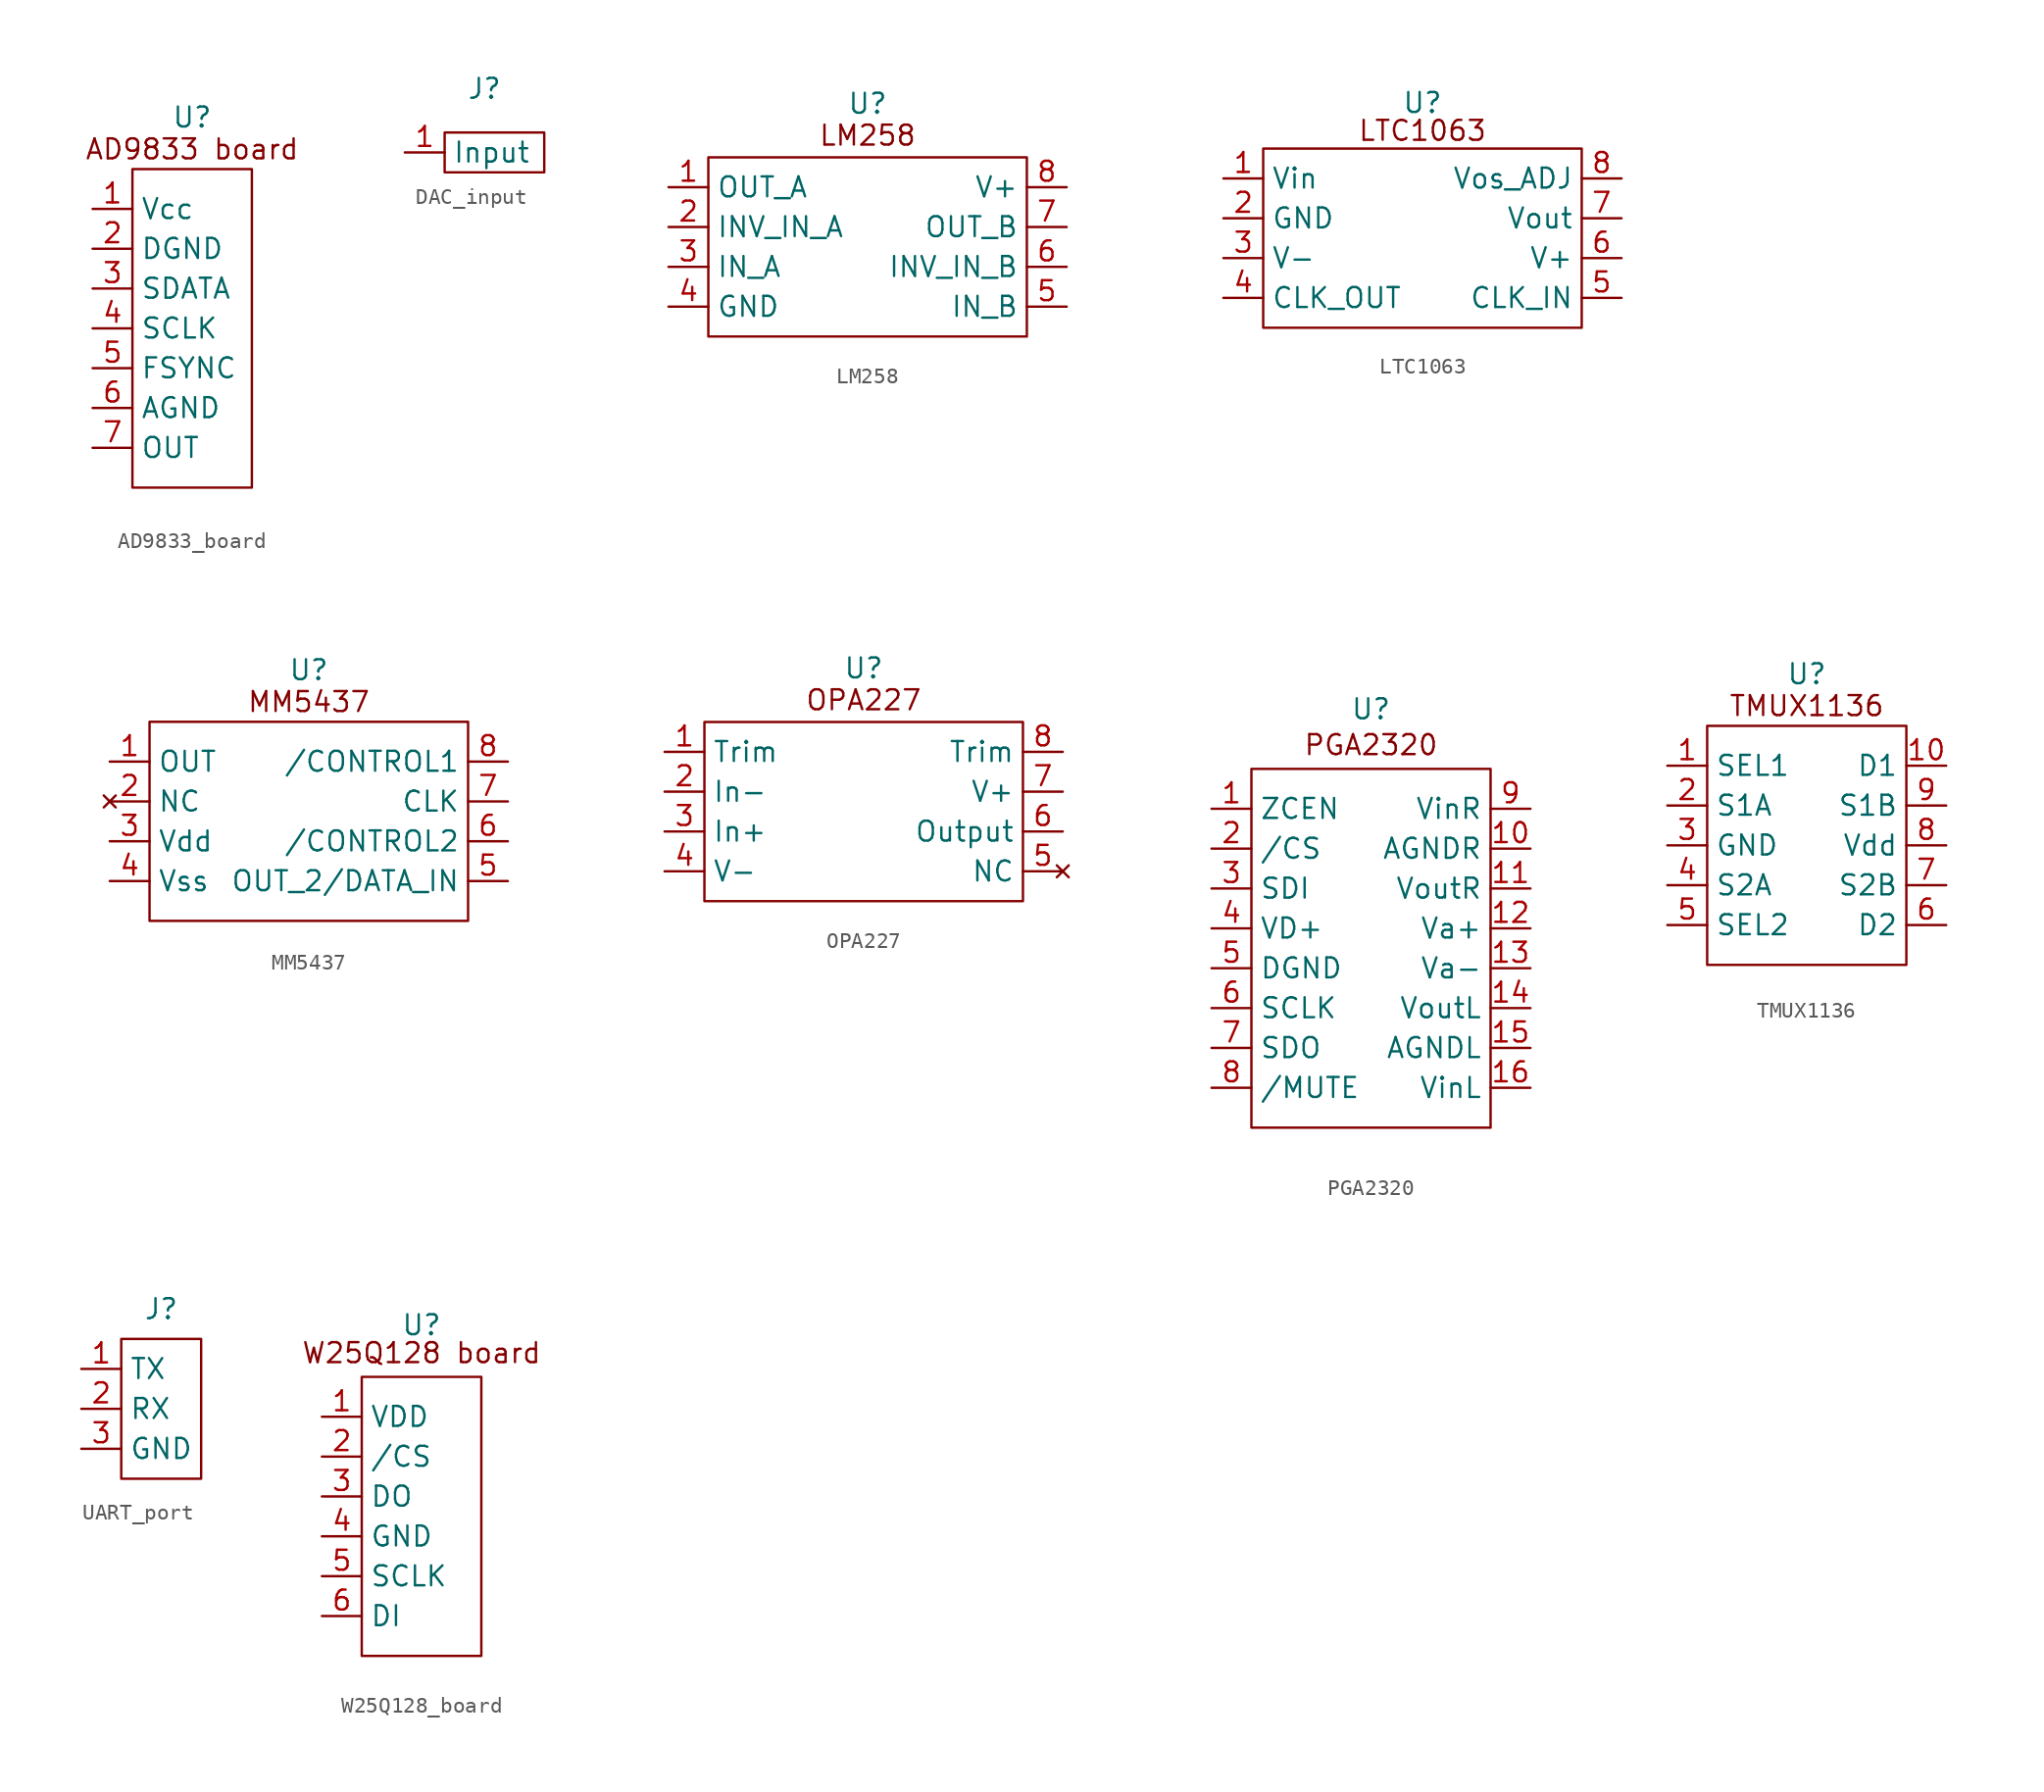
<source format=kicad_sym>
(kicad_symbol_lib
  (version 20231120)
  (generator "kicad_symbol_editor")
  (generator_version "8.0")
  (symbol "AD9833_board"
    (property "Reference" "U"
      (at 0 13.462 0)
      (effects (font (size 1.27 1.27))))
    (property "Value" ""
      (at -3.81 7.62 0)
      (effects (font (size 1.27 1.27))))
    (symbol "AD9833_board_0_1"
      (rectangle (start -3.81 10.16) (end 3.81 -10.16) (stroke (width 0) (type default)) (fill (type none))))
    (symbol "AD9833_board_1_1"
      (text "AD9833 board" (at 0 11.43 0) (effects (font (size 1.27 1.27))))
      (pin power_in line (at -6.35 7.62 0) (length 2.54) (name "Vcc" (effects (font (size 1.27 1.27)))) (number "1" (effects (font (size 1.27 1.27)))))
      (pin power_in line (at -6.35 5.08 0) (length 2.54) (name "DGND" (effects (font (size 1.27 1.27)))) (number "2" (effects (font (size 1.27 1.27)))))
      (pin input line (at -6.35 2.54 0) (length 2.54) (name "SDATA" (effects (font (size 1.27 1.27)))) (number "3" (effects (font (size 1.27 1.27)))))
      (pin input line (at -6.35 0 0) (length 2.54) (name "SCLK" (effects (font (size 1.27 1.27)))) (number "4" (effects (font (size 1.27 1.27)))))
      (pin input line (at -6.35 -2.54 0) (length 2.54) (name "FSYNC" (effects (font (size 1.27 1.27)))) (number "5" (effects (font (size 1.27 1.27)))))
      (pin power_in line (at -6.35 -5.08 0) (length 2.54) (name "AGND" (effects (font (size 1.27 1.27)))) (number "6" (effects (font (size 1.27 1.27)))))
      (pin output line (at -6.35 -7.62 0) (length 2.54) (name "OUT" (effects (font (size 1.27 1.27)))) (number "7" (effects (font (size 1.27 1.27)))))))
  (symbol "DAC_input"
    (property "Reference" "J"
      (at 0 4.064 0)
      (effects (font (size 1.27 1.27))))
    (property "Value" ""
      (at 0 0 0)
      (effects (font (size 1.27 1.27))))
    (symbol "DAC_input_0_1"
      (rectangle (start -2.54 1.27) (end 3.81 -1.27) (stroke (width 0) (type default)) (fill (type none))))
    (symbol "DAC_input_1_1"
      (pin input line (at -5.08 0 0) (length 2.54) (name "Input" (effects (font (size 1.27 1.27)))) (number "1" (effects (font (size 1.27 1.27)))))))
  (symbol "LM258"
    (property "Reference" "U"
      (at 0 7.874 0)
      (effects (font (size 1.27 1.27))))
    (property "Value" ""
      (at -10.16 0 0)
      (effects (font (size 1.27 1.27))))
    (symbol "LM258_0_1"
      (rectangle (start -10.16 4.445) (end 10.16 -6.985) (stroke (width 0) (type default)) (fill (type none))))
    (symbol "LM258_1_1"
      (text "LM258" (at 0 5.842 0) (effects (font (size 1.27 1.27))))
      (pin output line (at -12.7 2.54 0) (length 2.54) (name "OUT_A" (effects (font (size 1.27 1.27)))) (number "1" (effects (font (size 1.27 1.27)))))
      (pin input line (at -12.7 0 0) (length 2.54) (name "INV_IN_A" (effects (font (size 1.27 1.27)))) (number "2" (effects (font (size 1.27 1.27)))))
      (pin input line (at -12.7 -2.54 0) (length 2.54) (name "IN_A" (effects (font (size 1.27 1.27)))) (number "3" (effects (font (size 1.27 1.27)))))
      (pin power_in line (at -12.7 -5.08 0) (length 2.54) (name "GND" (effects (font (size 1.27 1.27)))) (number "4" (effects (font (size 1.27 1.27)))))
      (pin output line (at 12.7 -5.08 180) (length 2.54) (name "IN_B" (effects (font (size 1.27 1.27)))) (number "5" (effects (font (size 1.27 1.27)))))
      (pin output line (at 12.7 -2.54 180) (length 2.54) (name "INV_IN_B" (effects (font (size 1.27 1.27)))) (number "6" (effects (font (size 1.27 1.27)))))
      (pin output line (at 12.7 0 180) (length 2.54) (name "OUT_B" (effects (font (size 1.27 1.27)))) (number "7" (effects (font (size 1.27 1.27)))))
      (pin power_in line (at 12.7 2.54 180) (length 2.54) (name "V+" (effects (font (size 1.27 1.27)))) (number "8" (effects (font (size 1.27 1.27)))))))
  (symbol "LTC1063"
    (property "Reference" "U"
      (at 0 8.636 0)
      (effects (font (size 1.27 1.27))))
    (property "Value" ""
      (at -6.35 3.81 0)
      (effects (font (size 1.27 1.27))))
    (symbol "LTC1063_0_1"
      (rectangle (start -10.16 5.715) (end 10.16 -5.715) (stroke (width 0) (type default)) (fill (type none))))
    (symbol "LTC1063_1_1"
      (text "LTC1063" (at 0 6.858 0) (effects (font (size 1.27 1.27))))
      (pin input line (at -12.7 3.81 0) (length 2.54) (name "Vin" (effects (font (size 1.27 1.27)))) (number "1" (effects (font (size 1.27 1.27)))))
      (pin power_in line (at -12.7 1.27 0) (length 2.54) (name "GND" (effects (font (size 1.27 1.27)))) (number "2" (effects (font (size 1.27 1.27)))))
      (pin power_in line (at -12.7 -1.27 0) (length 2.54) (name "V-" (effects (font (size 1.27 1.27)))) (number "3" (effects (font (size 1.27 1.27)))))
      (pin output line (at -12.7 -3.81 0) (length 2.54) (name "CLK_OUT" (effects (font (size 1.27 1.27)))) (number "4" (effects (font (size 1.27 1.27)))))
      (pin input line (at 12.7 -3.81 180) (length 2.54) (name "CLK_IN" (effects (font (size 1.27 1.27)))) (number "5" (effects (font (size 1.27 1.27)))))
      (pin power_in line (at 12.7 -1.27 180) (length 2.54) (name "V+" (effects (font (size 1.27 1.27)))) (number "6" (effects (font (size 1.27 1.27)))))
      (pin output line (at 12.7 1.27 180) (length 2.54) (name "Vout" (effects (font (size 1.27 1.27)))) (number "7" (effects (font (size 1.27 1.27)))))
      (pin output line (at 12.7 3.81 180) (length 2.54) (name "Vos_ADJ" (effects (font (size 1.27 1.27)))) (number "8" (effects (font (size 1.27 1.27)))))))
  (symbol "MM5437"
    (property "Reference" "U"
      (at 0 9.652 0)
      (effects (font (size 1.27 1.27))))
    (property "Value" ""
      (at -2.54 3.81 0)
      (effects (font (size 1.27 1.27))))
    (symbol "MM5437_0_1"
      (rectangle (start -10.16 6.35) (end 10.16 -6.35) (stroke (width 0) (type default)) (fill (type none))))
    (symbol "MM5437_1_1"
      (text "MM5437" (at 0 7.62 0) (effects (font (size 1.27 1.27))))
      (pin output line (at -12.7 3.81 0) (length 2.54) (name "OUT" (effects (font (size 1.27 1.27)))) (number "1" (effects (font (size 1.27 1.27)))))
      (pin no_connect line (at -12.7 1.27 0) (length 2.54) (name "NC" (effects (font (size 1.27 1.27)))) (number "2" (effects (font (size 1.27 1.27)))))
      (pin power_in line (at -12.7 -1.27 0) (length 2.54) (name "Vdd" (effects (font (size 1.27 1.27)))) (number "3" (effects (font (size 1.27 1.27)))))
      (pin power_in line (at -12.7 -3.81 0) (length 2.54) (name "Vss" (effects (font (size 1.27 1.27)))) (number "4" (effects (font (size 1.27 1.27)))))
      (pin bidirectional line (at 12.7 -3.81 180) (length 2.54) (name "OUT_2/DATA_IN" (effects (font (size 1.27 1.27)))) (number "5" (effects (font (size 1.27 1.27)))))
      (pin input line (at 12.7 -1.27 180) (length 2.54) (name "/CONTROL2" (effects (font (size 1.27 1.27)))) (number "6" (effects (font (size 1.27 1.27)))))
      (pin input line (at 12.7 1.27 180) (length 2.54) (name "CLK" (effects (font (size 1.27 1.27)))) (number "7" (effects (font (size 1.27 1.27)))))
      (pin input line (at 12.7 3.81 180) (length 2.54) (name "/CONTROL1" (effects (font (size 1.27 1.27)))) (number "8" (effects (font (size 1.27 1.27)))))))
  (symbol "OPA227"
    (property "Reference" "U"
      (at 0 7.874 0)
      (effects (font (size 1.27 1.27))))
    (property "Value" ""
      (at -10.16 0 0)
      (effects (font (size 1.27 1.27))))
    (symbol "OPA227_0_1"
      (rectangle (start -10.16 4.445) (end 10.16 -6.985) (stroke (width 0) (type default)) (fill (type none))))
    (symbol "OPA227_1_1"
      (text "OPA227" (at 0 5.842 0) (effects (font (size 1.27 1.27))))
      (pin input line (at -12.7 2.54 0) (length 2.54) (name "Trim" (effects (font (size 1.27 1.27)))) (number "1" (effects (font (size 1.27 1.27)))))
      (pin input line (at -12.7 0 0) (length 2.54) (name "In-" (effects (font (size 1.27 1.27)))) (number "2" (effects (font (size 1.27 1.27)))))
      (pin input line (at -12.7 -2.54 0) (length 2.54) (name "In+" (effects (font (size 1.27 1.27)))) (number "3" (effects (font (size 1.27 1.27)))))
      (pin power_in line (at -12.7 -5.08 0) (length 2.54) (name "V-" (effects (font (size 1.27 1.27)))) (number "4" (effects (font (size 1.27 1.27)))))
      (pin no_connect line (at 12.7 -5.08 180) (length 2.54) (name "NC" (effects (font (size 1.27 1.27)))) (number "5" (effects (font (size 1.27 1.27)))))
      (pin output line (at 12.7 -2.54 180) (length 2.54) (name "Output" (effects (font (size 1.27 1.27)))) (number "6" (effects (font (size 1.27 1.27)))))
      (pin power_in line (at 12.7 0 180) (length 2.54) (name "V+" (effects (font (size 1.27 1.27)))) (number "7" (effects (font (size 1.27 1.27)))))
      (pin input line (at 12.7 2.54 180) (length 2.54) (name "Trim" (effects (font (size 1.27 1.27)))) (number "8" (effects (font (size 1.27 1.27)))))))
  (symbol "PGA2320"
    (property "Reference" "U"
      (at 0 11.43 0)
      (effects (font (size 1.27 1.27))))
    (property "Value" ""
      (at 0 13.462 0)
      (effects (font (size 1.27 1.27))))
    (symbol "PGA2320_0_1"
      (rectangle (start -7.62 7.62) (end 7.62 -15.24) (stroke (width 0) (type default)) (fill (type none))))
    (symbol "PGA2320_1_1"
      (text "PGA2320" (at 0 9.144 0) (effects (font (size 1.27 1.27))))
      (pin input line (at -10.16 5.08 0) (length 2.54) (name "ZCEN" (effects (font (size 1.27 1.27)))) (number "1" (effects (font (size 1.27 1.27)))))
      (pin input line (at 10.16 2.54 180) (length 2.54) (name "AGNDR" (effects (font (size 1.27 1.27)))) (number "10" (effects (font (size 1.27 1.27)))))
      (pin output line (at 10.16 0 180) (length 2.54) (name "VoutR" (effects (font (size 1.27 1.27)))) (number "11" (effects (font (size 1.27 1.27)))))
      (pin power_in line (at 10.16 -2.54 180) (length 2.54) (name "Va+" (effects (font (size 1.27 1.27)))) (number "12" (effects (font (size 1.27 1.27)))))
      (pin power_in line (at 10.16 -5.08 180) (length 2.54) (name "Va-" (effects (font (size 1.27 1.27)))) (number "13" (effects (font (size 1.27 1.27)))))
      (pin output line (at 10.16 -7.62 180) (length 2.54) (name "VoutL" (effects (font (size 1.27 1.27)))) (number "14" (effects (font (size 1.27 1.27)))))
      (pin input line (at 10.16 -10.16 180) (length 2.54) (name "AGNDL" (effects (font (size 1.27 1.27)))) (number "15" (effects (font (size 1.27 1.27)))))
      (pin input line (at 10.16 -12.7 180) (length 2.54) (name "VinL" (effects (font (size 1.27 1.27)))) (number "16" (effects (font (size 1.27 1.27)))))
      (pin input line (at -10.16 2.54 0) (length 2.54) (name "/CS" (effects (font (size 1.27 1.27)))) (number "2" (effects (font (size 1.27 1.27)))))
      (pin input line (at -10.16 0 0) (length 2.54) (name "SDI" (effects (font (size 1.27 1.27)))) (number "3" (effects (font (size 1.27 1.27)))))
      (pin power_in line (at -10.16 -2.54 0) (length 2.54) (name "VD+" (effects (font (size 1.27 1.27)))) (number "4" (effects (font (size 1.27 1.27)))))
      (pin power_in line (at -10.16 -5.08 0) (length 2.54) (name "DGND" (effects (font (size 1.27 1.27)))) (number "5" (effects (font (size 1.27 1.27)))))
      (pin input line (at -10.16 -7.62 0) (length 2.54) (name "SCLK" (effects (font (size 1.27 1.27)))) (number "6" (effects (font (size 1.27 1.27)))))
      (pin input line (at -10.16 -10.16 0) (length 2.54) (name "SDO" (effects (font (size 1.27 1.27)))) (number "7" (effects (font (size 1.27 1.27)))))
      (pin input line (at -10.16 -12.7 0) (length 2.54) (name "/MUTE" (effects (font (size 1.27 1.27)))) (number "8" (effects (font (size 1.27 1.27)))))
      (pin input line (at 10.16 5.08 180) (length 2.54) (name "VinR" (effects (font (size 1.27 1.27)))) (number "9" (effects (font (size 1.27 1.27)))))))
  (symbol "TMUX1136"
    (property "Reference" "U"
      (at 0 9.652 0)
      (effects (font (size 1.27 1.27))))
    (property "Value" ""
      (at -3.81 3.81 0)
      (effects (font (size 1.27 1.27))))
    (symbol "TMUX1136_0_1"
      (rectangle (start -6.35 6.35) (end 6.35 -8.89) (stroke (width 0) (type default)) (fill (type none))))
    (symbol "TMUX1136_1_1"
      (text "TMUX1136" (at 0 7.62 0) (effects (font (size 1.27 1.27))))
      (pin input line (at -8.89 3.81 0) (length 2.54) (name "SEL1" (effects (font (size 1.27 1.27)))) (number "1" (effects (font (size 1.27 1.27)))))
      (pin bidirectional line (at 8.89 3.81 180) (length 2.54) (name "D1" (effects (font (size 1.27 1.27)))) (number "10" (effects (font (size 1.27 1.27)))))
      (pin bidirectional line (at -8.89 1.27 0) (length 2.54) (name "S1A" (effects (font (size 1.27 1.27)))) (number "2" (effects (font (size 1.27 1.27)))))
      (pin power_in line (at -8.89 -1.27 0) (length 2.54) (name "GND" (effects (font (size 1.27 1.27)))) (number "3" (effects (font (size 1.27 1.27)))))
      (pin bidirectional line (at -8.89 -3.81 0) (length 2.54) (name "S2A" (effects (font (size 1.27 1.27)))) (number "4" (effects (font (size 1.27 1.27)))))
      (pin input line (at -8.89 -6.35 0) (length 2.54) (name "SEL2" (effects (font (size 1.27 1.27)))) (number "5" (effects (font (size 1.27 1.27)))))
      (pin bidirectional line (at 8.89 -6.35 180) (length 2.54) (name "D2" (effects (font (size 1.27 1.27)))) (number "6" (effects (font (size 1.27 1.27)))))
      (pin bidirectional line (at 8.89 -3.81 180) (length 2.54) (name "S2B" (effects (font (size 1.27 1.27)))) (number "7" (effects (font (size 1.27 1.27)))))
      (pin power_in line (at 8.89 -1.27 180) (length 2.54) (name "Vdd" (effects (font (size 1.27 1.27)))) (number "8" (effects (font (size 1.27 1.27)))))
      (pin bidirectional line (at 8.89 1.27 180) (length 2.54) (name "S1B" (effects (font (size 1.27 1.27)))) (number "9" (effects (font (size 1.27 1.27)))))))
  (symbol "UART_port"
    (property "Reference" "J"
      (at 0 3.81 0)
      (effects (font (size 1.27 1.27))))
    (property "Value" ""
      (at -5.08 0 0)
      (effects (font (size 1.27 1.27))))
    (symbol "UART_port_0_1"
      (rectangle (start -2.54 1.905) (end 2.54 -6.985) (stroke (width 0) (type default)) (fill (type none))))
    (symbol "UART_port_1_1"
      (pin input line (at -5.08 0 0) (length 2.54) (name "TX" (effects (font (size 1.27 1.27)))) (number "1" (effects (font (size 1.27 1.27)))))
      (pin input line (at -5.08 -2.54 0) (length 2.54) (name "RX" (effects (font (size 1.27 1.27)))) (number "2" (effects (font (size 1.27 1.27)))))
      (pin power_in line (at -5.08 -5.08 0) (length 2.54) (name "GND" (effects (font (size 1.27 1.27)))) (number "3" (effects (font (size 1.27 1.27)))))))
  (symbol "W25Q128_board"
    (property "Reference" "U"
      (at 0 12.192 0)
      (effects (font (size 1.27 1.27))))
    (property "Value" ""
      (at -3.81 2.54 0)
      (effects (font (size 1.27 1.27))))
    (symbol "W25Q128_board_0_1"
      (rectangle (start -3.81 8.89) (end 3.81 -8.89) (stroke (width 0) (type default)) (fill (type none))))
    (symbol "W25Q128_board_1_1"
      (text "W25Q128 board" (at 0 10.414 0) (effects (font (size 1.27 1.27))))
      (pin power_in line (at -6.35 6.35 0) (length 2.54) (name "VDD" (effects (font (size 1.27 1.27)))) (number "1" (effects (font (size 1.27 1.27)))))
      (pin input line (at -6.35 3.81 0) (length 2.54) (name "/CS" (effects (font (size 1.27 1.27)))) (number "2" (effects (font (size 1.27 1.27)))))
      (pin input line (at -6.35 1.27 0) (length 2.54) (name "DO" (effects (font (size 1.27 1.27)))) (number "3" (effects (font (size 1.27 1.27)))))
      (pin power_in line (at -6.35 -1.27 0) (length 2.54) (name "GND" (effects (font (size 1.27 1.27)))) (number "4" (effects (font (size 1.27 1.27)))))
      (pin input line (at -6.35 -3.81 0) (length 2.54) (name "SCLK" (effects (font (size 1.27 1.27)))) (number "5" (effects (font (size 1.27 1.27)))))
      (pin power_in line (at -6.35 -6.35 0) (length 2.54) (name "DI" (effects (font (size 1.27 1.27)))) (number "6" (effects (font (size 1.27 1.27))))))))
</source>
